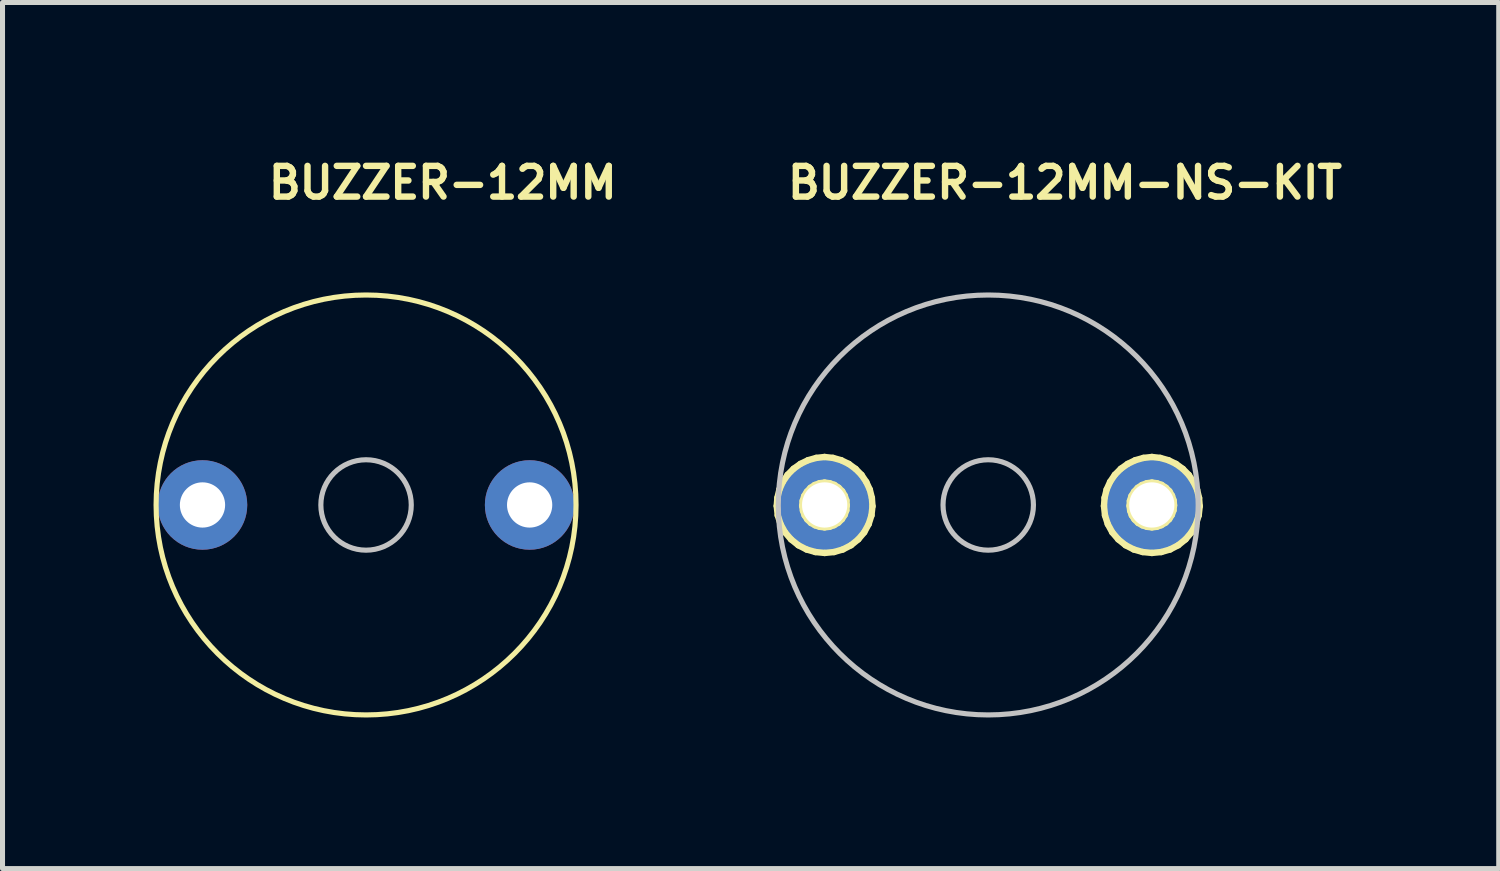
<source format=kicad_pcb>
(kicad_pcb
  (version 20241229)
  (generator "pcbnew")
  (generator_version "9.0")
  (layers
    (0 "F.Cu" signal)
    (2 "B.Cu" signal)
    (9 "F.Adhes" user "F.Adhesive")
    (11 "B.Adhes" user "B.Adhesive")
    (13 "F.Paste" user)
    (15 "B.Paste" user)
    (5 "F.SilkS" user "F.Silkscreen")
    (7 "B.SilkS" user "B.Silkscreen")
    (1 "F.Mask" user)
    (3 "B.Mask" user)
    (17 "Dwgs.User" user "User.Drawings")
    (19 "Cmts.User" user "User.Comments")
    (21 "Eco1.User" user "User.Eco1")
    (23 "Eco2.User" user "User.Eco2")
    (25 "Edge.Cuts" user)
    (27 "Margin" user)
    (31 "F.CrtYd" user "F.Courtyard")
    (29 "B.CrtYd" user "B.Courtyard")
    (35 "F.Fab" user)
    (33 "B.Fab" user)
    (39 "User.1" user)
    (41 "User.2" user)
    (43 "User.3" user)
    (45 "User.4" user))
  (footprint "BUZZER-12MM-NS-KIT"
    (layer "F.Cu")
    (at 16.579 6.98)
    (property "Reference" "BUZZER-12MM-NS-KIT" (at 1.524 -6.401 0) (layer "F.SilkS") (effects (font (size 0.61 0.61) (thickness 0.127))))
    (attr exclude_from_pos_files exclude_from_bom)
    (fp_line (start -4.201 0.02) (end -4.188 -0.142) (stroke (width 0.127) (type solid)) (layer "F.SilkS"))
    (fp_line (start -4.188 -0.142) (end -4.148 -0.307) (stroke (width 0.127) (type solid)) (layer "F.SilkS"))
    (fp_line (start -4.181 0.206) (end -4.201 0.02) (stroke (width 0.127) (type solid)) (layer "F.SilkS"))
    (fp_line (start -4.148 -0.307) (end -4.079 -0.46) (stroke (width 0.127) (type solid)) (layer "F.SilkS"))
    (fp_line (start -4.125 0.381) (end -4.181 0.206) (stroke (width 0.127) (type solid)) (layer "F.SilkS"))
    (fp_line (start -4.079 -0.46) (end -3.985 -0.599) (stroke (width 0.127) (type solid)) (layer "F.SilkS"))
    (fp_line (start -4.036 0.544) (end -4.125 0.381) (stroke (width 0.127) (type solid)) (layer "F.SilkS"))
    (fp_line (start -3.985 -0.599) (end -3.866 -0.719) (stroke (width 0.127) (type solid)) (layer "F.SilkS"))
    (fp_line (start -3.917 0.683) (end -4.036 0.544) (stroke (width 0.127) (type solid)) (layer "F.SilkS"))
    (fp_line (start -3.866 -0.719) (end -3.731 -0.815) (stroke (width 0.127) (type solid)) (layer "F.SilkS"))
    (fp_line (start -3.772 0.8) (end -3.917 0.683) (stroke (width 0.127) (type solid)) (layer "F.SilkS"))
    (fp_line (start -3.731 -0.815) (end -3.579 -0.889) (stroke (width 0.127) (type solid)) (layer "F.SilkS"))
    (fp_line (start -3.696 0.018) (end -3.686 -0.081) (stroke (width 0.127) (type solid)) (layer "F.SilkS"))
    (fp_line (start -3.686 -0.081) (end -3.655 -0.178) (stroke (width 0.127) (type solid)) (layer "F.SilkS"))
    (fp_line (start -3.68 0.114) (end -3.696 0.018) (stroke (width 0.127) (type solid)) (layer "F.SilkS"))
    (fp_line (start -3.655 -0.178) (end -3.602 -0.264) (stroke (width 0.127) (type solid)) (layer "F.SilkS"))
    (fp_line (start -3.647 0.206) (end -3.68 0.114) (stroke (width 0.127) (type solid)) (layer "F.SilkS"))
    (fp_line (start -3.609 0.884) (end -3.772 0.8) (stroke (width 0.127) (type solid)) (layer "F.SilkS"))
    (fp_line (start -3.602 -0.264) (end -3.531 -0.34) (stroke (width 0.127) (type solid)) (layer "F.SilkS"))
    (fp_line (start -3.594 0.287) (end -3.647 0.206) (stroke (width 0.127) (type solid)) (layer "F.SilkS"))
    (fp_line (start -3.579 -0.889) (end -3.416 -0.935) (stroke (width 0.127) (type solid)) (layer "F.SilkS"))
    (fp_line (start -3.531 -0.34) (end -3.447 -0.396) (stroke (width 0.127) (type solid)) (layer "F.SilkS"))
    (fp_line (start -3.523 0.356) (end -3.594 0.287) (stroke (width 0.127) (type solid)) (layer "F.SilkS"))
    (fp_line (start -3.447 -0.396) (end -3.35 -0.432) (stroke (width 0.127) (type solid)) (layer "F.SilkS"))
    (fp_line (start -3.439 0.404) (end -3.523 0.356) (stroke (width 0.127) (type solid)) (layer "F.SilkS"))
    (fp_line (start -3.432 0.935) (end -3.609 0.884) (stroke (width 0.127) (type solid)) (layer "F.SilkS"))
    (fp_line (start -3.416 -0.935) (end -3.251 -0.953) (stroke (width 0.127) (type solid)) (layer "F.SilkS"))
    (fp_line (start -3.35 -0.432) (end -3.251 -0.445) (stroke (width 0.127) (type solid)) (layer "F.SilkS"))
    (fp_line (start -3.348 0.434) (end -3.439 0.404) (stroke (width 0.127) (type solid)) (layer "F.SilkS"))
    (fp_line (start -3.251 -0.953) (end -3.084 -0.935) (stroke (width 0.127) (type solid)) (layer "F.SilkS"))
    (fp_line (start -3.251 -0.445) (end -3.15 -0.432) (stroke (width 0.127) (type solid)) (layer "F.SilkS"))
    (fp_line (start -3.251 0.445) (end -3.348 0.434) (stroke (width 0.127) (type solid)) (layer "F.SilkS"))
    (fp_line (start -3.249 0.953) (end -3.432 0.935) (stroke (width 0.127) (type solid)) (layer "F.SilkS"))
    (fp_line (start -3.152 0.434) (end -3.251 0.445) (stroke (width 0.127) (type solid)) (layer "F.SilkS"))
    (fp_line (start -3.15 -0.432) (end -3.056 -0.399) (stroke (width 0.127) (type solid)) (layer "F.SilkS"))
    (fp_line (start -3.084 -0.935) (end -2.921 -0.889) (stroke (width 0.127) (type solid)) (layer "F.SilkS"))
    (fp_line (start -3.063 0.935) (end -3.249 0.953) (stroke (width 0.127) (type solid)) (layer "F.SilkS"))
    (fp_line (start -3.061 0.401) (end -3.152 0.434) (stroke (width 0.127) (type solid)) (layer "F.SilkS"))
    (fp_line (start -3.056 -0.399) (end -2.972 -0.343) (stroke (width 0.127) (type solid)) (layer "F.SilkS"))
    (fp_line (start -2.977 0.351) (end -3.061 0.401) (stroke (width 0.127) (type solid)) (layer "F.SilkS"))
    (fp_line (start -2.972 -0.343) (end -2.901 -0.272) (stroke (width 0.127) (type solid)) (layer "F.SilkS"))
    (fp_line (start -2.921 -0.889) (end -2.769 -0.815) (stroke (width 0.127) (type solid)) (layer "F.SilkS"))
    (fp_line (start -2.906 0.282) (end -2.977 0.351) (stroke (width 0.127) (type solid)) (layer "F.SilkS"))
    (fp_line (start -2.901 -0.272) (end -2.85 -0.185) (stroke (width 0.127) (type solid)) (layer "F.SilkS"))
    (fp_line (start -2.888 0.884) (end -3.063 0.935) (stroke (width 0.127) (type solid)) (layer "F.SilkS"))
    (fp_line (start -2.852 0.198) (end -2.906 0.282) (stroke (width 0.127) (type solid)) (layer "F.SilkS"))
    (fp_line (start -2.85 -0.185) (end -2.817 -0.089) (stroke (width 0.127) (type solid)) (layer "F.SilkS"))
    (fp_line (start -2.819 0.107) (end -2.852 0.198) (stroke (width 0.127) (type solid)) (layer "F.SilkS"))
    (fp_line (start -2.817 -0.089) (end -2.809 0.008) (stroke (width 0.127) (type solid)) (layer "F.SilkS"))
    (fp_line (start -2.809 0.008) (end -2.819 0.107) (stroke (width 0.127) (type solid)) (layer "F.SilkS"))
    (fp_line (start -2.769 -0.815) (end -2.634 -0.716) (stroke (width 0.127) (type solid)) (layer "F.SilkS"))
    (fp_line (start -2.725 0.8) (end -2.888 0.884) (stroke (width 0.127) (type solid)) (layer "F.SilkS"))
    (fp_line (start -2.634 -0.716) (end -2.517 -0.597) (stroke (width 0.127) (type solid)) (layer "F.SilkS"))
    (fp_line (start -2.581 0.683) (end -2.725 0.8) (stroke (width 0.127) (type solid)) (layer "F.SilkS"))
    (fp_line (start -2.517 -0.597) (end -2.423 -0.457) (stroke (width 0.127) (type solid)) (layer "F.SilkS"))
    (fp_line (start -2.464 0.544) (end -2.581 0.683) (stroke (width 0.127) (type solid)) (layer "F.SilkS"))
    (fp_line (start -2.423 -0.457) (end -2.352 -0.305) (stroke (width 0.127) (type solid)) (layer "F.SilkS"))
    (fp_line (start -2.375 0.381) (end -2.464 0.544) (stroke (width 0.127) (type solid)) (layer "F.SilkS"))
    (fp_line (start -2.352 -0.305) (end -2.311 -0.14) (stroke (width 0.127) (type solid)) (layer "F.SilkS"))
    (fp_line (start -2.319 0.206) (end -2.375 0.381) (stroke (width 0.127) (type solid)) (layer "F.SilkS"))
    (fp_line (start -2.311 -0.14) (end -2.299 0.025) (stroke (width 0.127) (type solid)) (layer "F.SilkS"))
    (fp_line (start -2.299 0.025) (end -2.319 0.206) (stroke (width 0.127) (type solid)) (layer "F.SilkS"))
    (fp_line (start 2.299 0.02) (end 2.311 -0.142) (stroke (width 0.127) (type solid)) (layer "F.SilkS"))
    (fp_line (start 2.311 -0.142) (end 2.352 -0.307) (stroke (width 0.127) (type solid)) (layer "F.SilkS"))
    (fp_line (start 2.319 0.206) (end 2.299 0.02) (stroke (width 0.127) (type solid)) (layer "F.SilkS"))
    (fp_line (start 2.352 -0.307) (end 2.421 -0.46) (stroke (width 0.127) (type solid)) (layer "F.SilkS"))
    (fp_line (start 2.375 0.381) (end 2.319 0.206) (stroke (width 0.127) (type solid)) (layer "F.SilkS"))
    (fp_line (start 2.421 -0.46) (end 2.515 -0.599) (stroke (width 0.127) (type solid)) (layer "F.SilkS"))
    (fp_line (start 2.464 0.544) (end 2.375 0.381) (stroke (width 0.127) (type solid)) (layer "F.SilkS"))
    (fp_line (start 2.515 -0.599) (end 2.634 -0.719) (stroke (width 0.127) (type solid)) (layer "F.SilkS"))
    (fp_line (start 2.583 0.683) (end 2.464 0.544) (stroke (width 0.127) (type solid)) (layer "F.SilkS"))
    (fp_line (start 2.634 -0.719) (end 2.769 -0.815) (stroke (width 0.127) (type solid)) (layer "F.SilkS"))
    (fp_line (start 2.728 0.8) (end 2.583 0.683) (stroke (width 0.127) (type solid)) (layer "F.SilkS"))
    (fp_line (start 2.769 -0.815) (end 2.921 -0.889) (stroke (width 0.127) (type solid)) (layer "F.SilkS"))
    (fp_line (start 2.807 0.018) (end 2.814 -0.081) (stroke (width 0.127) (type solid)) (layer "F.SilkS"))
    (fp_line (start 2.814 -0.081) (end 2.845 -0.178) (stroke (width 0.127) (type solid)) (layer "F.SilkS"))
    (fp_line (start 2.819 0.114) (end 2.807 0.018) (stroke (width 0.127) (type solid)) (layer "F.SilkS"))
    (fp_line (start 2.845 -0.178) (end 2.898 -0.264) (stroke (width 0.127) (type solid)) (layer "F.SilkS"))
    (fp_line (start 2.852 0.206) (end 2.819 0.114) (stroke (width 0.127) (type solid)) (layer "F.SilkS"))
    (fp_line (start 2.891 0.884) (end 2.728 0.8) (stroke (width 0.127) (type solid)) (layer "F.SilkS"))
    (fp_line (start 2.898 -0.264) (end 2.969 -0.34) (stroke (width 0.127) (type solid)) (layer "F.SilkS"))
    (fp_line (start 2.906 0.287) (end 2.852 0.206) (stroke (width 0.127) (type solid)) (layer "F.SilkS"))
    (fp_line (start 2.921 -0.889) (end 3.084 -0.935) (stroke (width 0.127) (type solid)) (layer "F.SilkS"))
    (fp_line (start 2.969 -0.34) (end 3.053 -0.396) (stroke (width 0.127) (type solid)) (layer "F.SilkS"))
    (fp_line (start 2.977 0.356) (end 2.906 0.287) (stroke (width 0.127) (type solid)) (layer "F.SilkS"))
    (fp_line (start 3.053 -0.396) (end 3.15 -0.432) (stroke (width 0.127) (type solid)) (layer "F.SilkS"))
    (fp_line (start 3.061 0.404) (end 2.977 0.356) (stroke (width 0.127) (type solid)) (layer "F.SilkS"))
    (fp_line (start 3.068 0.935) (end 2.891 0.884) (stroke (width 0.127) (type solid)) (layer "F.SilkS"))
    (fp_line (start 3.084 -0.935) (end 3.251 -0.953) (stroke (width 0.127) (type solid)) (layer "F.SilkS"))
    (fp_line (start 3.15 -0.432) (end 3.251 -0.445) (stroke (width 0.127) (type solid)) (layer "F.SilkS"))
    (fp_line (start 3.152 0.434) (end 3.061 0.404) (stroke (width 0.127) (type solid)) (layer "F.SilkS"))
    (fp_line (start 3.251 -0.953) (end 3.416 -0.935) (stroke (width 0.127) (type solid)) (layer "F.SilkS"))
    (fp_line (start 3.251 -0.445) (end 3.35 -0.432) (stroke (width 0.127) (type solid)) (layer "F.SilkS"))
    (fp_line (start 3.251 0.445) (end 3.152 0.434) (stroke (width 0.127) (type solid)) (layer "F.SilkS"))
    (fp_line (start 3.251 0.953) (end 3.068 0.935) (stroke (width 0.127) (type solid)) (layer "F.SilkS"))
    (fp_line (start 3.348 0.434) (end 3.251 0.445) (stroke (width 0.127) (type solid)) (layer "F.SilkS"))
    (fp_line (start 3.35 -0.432) (end 3.444 -0.399) (stroke (width 0.127) (type solid)) (layer "F.SilkS"))
    (fp_line (start 3.416 -0.935) (end 3.579 -0.889) (stroke (width 0.127) (type solid)) (layer "F.SilkS"))
    (fp_line (start 3.437 0.935) (end 3.251 0.953) (stroke (width 0.127) (type solid)) (layer "F.SilkS"))
    (fp_line (start 3.439 0.401) (end 3.348 0.434) (stroke (width 0.127) (type solid)) (layer "F.SilkS"))
    (fp_line (start 3.444 -0.399) (end 3.528 -0.343) (stroke (width 0.127) (type solid)) (layer "F.SilkS"))
    (fp_line (start 3.523 0.351) (end 3.439 0.401) (stroke (width 0.127) (type solid)) (layer "F.SilkS"))
    (fp_line (start 3.528 -0.343) (end 3.599 -0.272) (stroke (width 0.127) (type solid)) (layer "F.SilkS"))
    (fp_line (start 3.579 -0.889) (end 3.731 -0.815) (stroke (width 0.127) (type solid)) (layer "F.SilkS"))
    (fp_line (start 3.594 0.282) (end 3.523 0.351) (stroke (width 0.127) (type solid)) (layer "F.SilkS"))
    (fp_line (start 3.599 -0.272) (end 3.65 -0.185) (stroke (width 0.127) (type solid)) (layer "F.SilkS"))
    (fp_line (start 3.612 0.884) (end 3.437 0.935) (stroke (width 0.127) (type solid)) (layer "F.SilkS"))
    (fp_line (start 3.647 0.198) (end 3.594 0.282) (stroke (width 0.127) (type solid)) (layer "F.SilkS"))
    (fp_line (start 3.65 -0.185) (end 3.683 -0.089) (stroke (width 0.127) (type solid)) (layer "F.SilkS"))
    (fp_line (start 3.68 0.107) (end 3.647 0.198) (stroke (width 0.127) (type solid)) (layer "F.SilkS"))
    (fp_line (start 3.683 -0.089) (end 3.691 0.008) (stroke (width 0.127) (type solid)) (layer "F.SilkS"))
    (fp_line (start 3.691 0.008) (end 3.68 0.107) (stroke (width 0.127) (type solid)) (layer "F.SilkS"))
    (fp_line (start 3.731 -0.815) (end 3.866 -0.716) (stroke (width 0.127) (type solid)) (layer "F.SilkS"))
    (fp_line (start 3.774 0.8) (end 3.612 0.884) (stroke (width 0.127) (type solid)) (layer "F.SilkS"))
    (fp_line (start 3.866 -0.716) (end 3.983 -0.597) (stroke (width 0.127) (type solid)) (layer "F.SilkS"))
    (fp_line (start 3.919 0.683) (end 3.774 0.8) (stroke (width 0.127) (type solid)) (layer "F.SilkS"))
    (fp_line (start 3.983 -0.597) (end 4.077 -0.457) (stroke (width 0.127) (type solid)) (layer "F.SilkS"))
    (fp_line (start 4.036 0.544) (end 3.919 0.683) (stroke (width 0.127) (type solid)) (layer "F.SilkS"))
    (fp_line (start 4.077 -0.457) (end 4.148 -0.305) (stroke (width 0.127) (type solid)) (layer "F.SilkS"))
    (fp_line (start 4.125 0.381) (end 4.036 0.544) (stroke (width 0.127) (type solid)) (layer "F.SilkS"))
    (fp_line (start 4.148 -0.305) (end 4.188 -0.14) (stroke (width 0.127) (type solid)) (layer "F.SilkS"))
    (fp_line (start 4.181 0.206) (end 4.125 0.381) (stroke (width 0.127) (type solid)) (layer "F.SilkS"))
    (fp_line (start 4.188 -0.14) (end 4.201 0.025) (stroke (width 0.127) (type solid)) (layer "F.SilkS"))
    (fp_line (start 4.201 0.025) (end 4.181 0.206) (stroke (width 0.127) (type solid)) (layer "F.SilkS"))
    (fp_circle (center 0 0) (end -2.949 2.949) (stroke (width 0.102) (type solid)) (fill no) (layer "Dwgs.User"))
    (fp_circle (center 0 0) (end -0.635 0.635) (stroke (width 0.102) (type solid)) (fill no) (layer "Dwgs.User"))
    (pad "+" thru_hole circle (at 3.249 0) (size 1.88 1.88) (drill 0.899) (layers "*.Cu" "*.Paste" "*.Mask"))
    (pad "-" thru_hole circle (at -3.249 0) (size 1.88 1.88) (drill 0.899) (layers "*.Cu" "*.Paste" "*.Mask")))
  (footprint "BUZZER-12MM"
    (layer "F.Cu")
    (at 4.221 6.98)
    (property "Reference" "BUZZER-12MM" (at 1.524 -6.401 0) (layer "F.SilkS") (effects (font (size 0.61 0.61) (thickness 0.127))))
    (attr exclude_from_pos_files exclude_from_bom)
    (fp_circle (center 0 0) (end -2.949 2.949) (stroke (width 0.102) (type solid)) (fill no) (layer "F.SilkS"))
    (fp_circle (center 0 0) (end -0.635 0.635) (stroke (width 0.102) (type solid)) (fill no) (layer "Dwgs.User"))
    (pad "+" thru_hole circle (at 3.249 0) (size 1.778 1.778) (drill 0.899) (layers "*.Cu" "*.Paste" "*.Mask"))
    (pad "-" thru_hole circle (at -3.249 0) (size 1.778 1.778) (drill 0.899) (layers "*.Cu" "*.Paste" "*.Mask")))
  (gr_rect
    (start -3 -3)
    (end 26.719 14.202)
    (stroke (width 0.1) (type default))
    (fill no)
    (layer "Edge.Cuts")))
</source>
